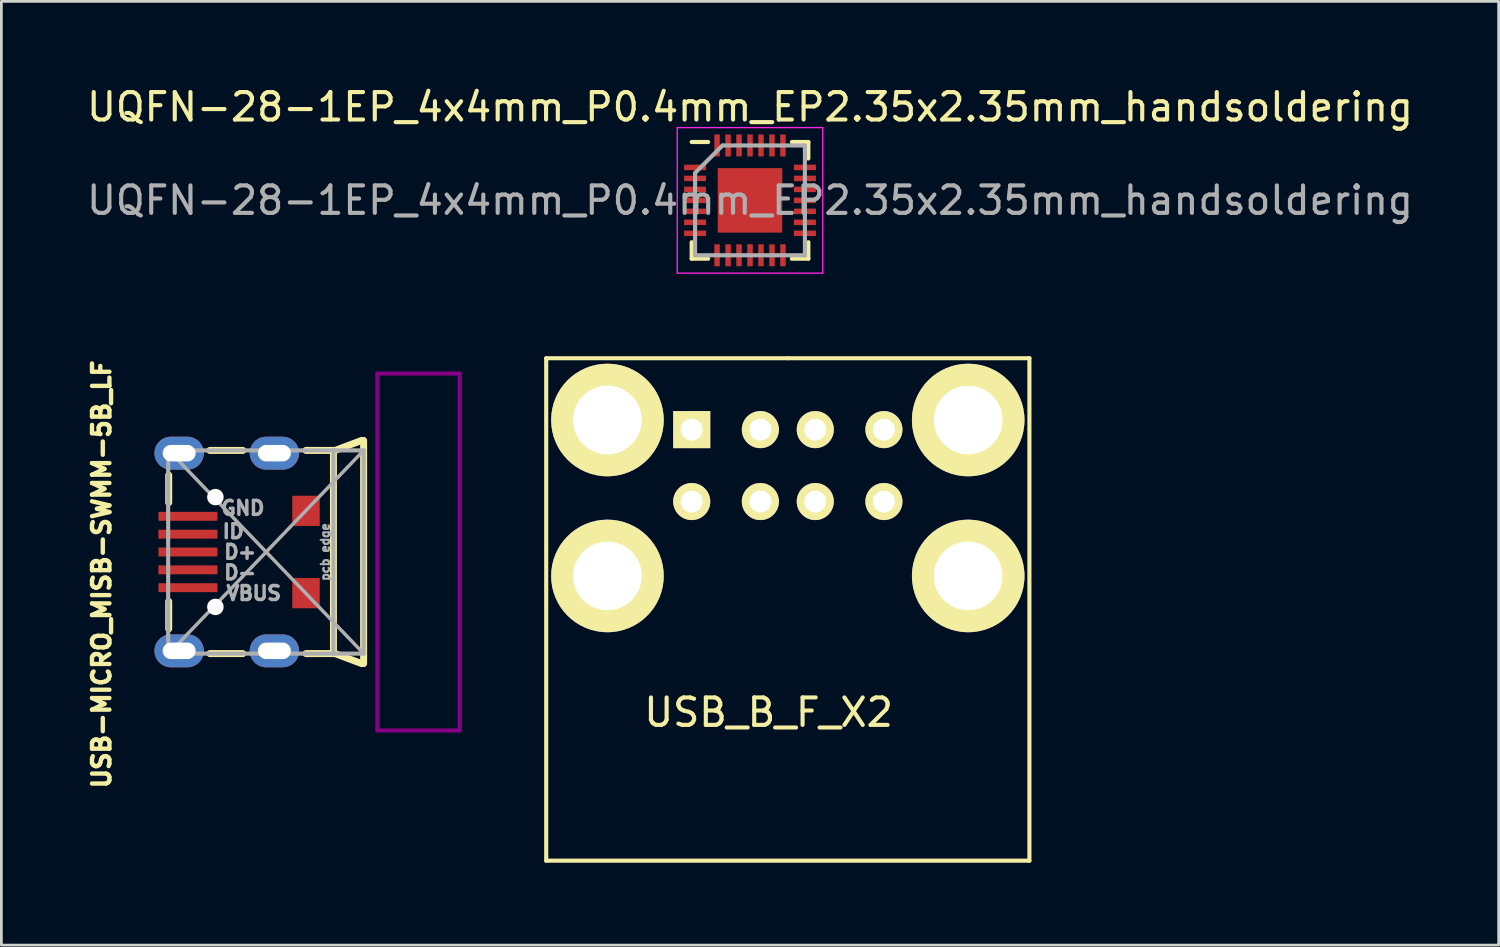
<source format=kicad_pcb>
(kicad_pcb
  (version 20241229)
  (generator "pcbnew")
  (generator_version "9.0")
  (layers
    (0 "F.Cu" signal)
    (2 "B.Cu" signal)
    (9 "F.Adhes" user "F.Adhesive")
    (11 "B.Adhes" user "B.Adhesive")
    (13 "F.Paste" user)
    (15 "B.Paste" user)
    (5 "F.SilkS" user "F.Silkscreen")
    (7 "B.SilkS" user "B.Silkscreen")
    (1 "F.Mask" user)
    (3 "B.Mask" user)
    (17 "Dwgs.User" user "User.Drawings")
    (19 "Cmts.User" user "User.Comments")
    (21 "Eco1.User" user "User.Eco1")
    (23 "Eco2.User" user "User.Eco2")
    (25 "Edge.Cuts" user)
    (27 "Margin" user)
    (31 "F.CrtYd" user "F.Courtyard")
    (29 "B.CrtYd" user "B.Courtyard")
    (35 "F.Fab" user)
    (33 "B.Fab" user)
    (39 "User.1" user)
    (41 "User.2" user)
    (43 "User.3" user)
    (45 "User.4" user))
  (footprint "USB-MICRO_MISB-SWMM-5B_LF"
    (layer "F.Cu")
    (at 6.695 17.056)
    (property "Reference" "USB-MICRO_MISB-SWMM-5B_LF" (at -6.045 0.813 270) (layer "F.SilkS") (effects (font (size 0.635 0.635) (thickness 0.159))))
    (attr smd)
    (fp_line (start -3.6 -2.8) (end -3.6 -1.8) (stroke (width 0.254) (type solid)) (layer "F.SilkS"))
    (fp_line (start -3.6 1.8) (end -3.6 2.8) (stroke (width 0.254) (type solid)) (layer "F.SilkS"))
    (fp_line (start -2.1 -3.7) (end -0.9 -3.7) (stroke (width 0.254) (type solid)) (layer "F.SilkS"))
    (fp_line (start -2.1 3.7) (end -0.9 3.7) (stroke (width 0.254) (type solid)) (layer "F.SilkS"))
    (fp_line (start 1.4 -3.7) (end 2.4 -3.7) (stroke (width 0.254) (type solid)) (layer "F.SilkS"))
    (fp_line (start 2.4 -3.7) (end 2.4 3.7) (stroke (width 0.254) (type solid)) (layer "F.SilkS"))
    (fp_line (start 2.4 3.7) (end 1.4 3.7) (stroke (width 0.254) (type solid)) (layer "F.SilkS"))
    (fp_line (start 3.429 -4.064) (end 2.413 -3.683) (stroke (width 0.254) (type solid)) (layer "F.SilkS"))
    (fp_line (start 3.429 4.064) (end 2.413 3.683) (stroke (width 0.254) (type solid)) (layer "F.SilkS"))
    (fp_line (start 3.5 -4.064) (end 3.5 4.064) (stroke (width 0.254) (type solid)) (layer "F.SilkS"))
    (fp_line (start 4 -6.5) (end 7 -6.5) (stroke (width 0.15) (type solid)) (layer "F.Adhes"))
    (fp_line (start 4 6.5) (end 4 -6.5) (stroke (width 0.15) (type solid)) (layer "F.Adhes"))
    (fp_line (start 7 -6.5) (end 7 6.5) (stroke (width 0.15) (type solid)) (layer "F.Adhes"))
    (fp_line (start 7 6.5) (end 4 6.5) (stroke (width 0.15) (type solid)) (layer "F.Adhes"))
    (fp_line (start -3.62 -3.7) (end 3.5 -3.7) (stroke (width 0.15) (type solid)) (layer "F.Fab"))
    (fp_line (start -3.62 3.7) (end -3.62 -3.7) (stroke (width 0.15) (type solid)) (layer "F.Fab"))
    (fp_line (start 2.4 3.7) (end 2.4 -3.7) (stroke (width 0.15) (type solid)) (layer "F.Fab"))
    (fp_line (start 3.5 -3.7) (end -3.6 3.7) (stroke (width 0.127) (type solid)) (layer "F.Fab"))
    (fp_line (start 3.5 -3.7) (end 3.5 3.7) (stroke (width 0.15) (type solid)) (layer "F.Fab"))
    (fp_line (start 3.5 3.7) (end -3.62 3.7) (stroke (width 0.15) (type solid)) (layer "F.Fab"))
    (fp_line (start 3.5 3.7) (end -3.6 -3.7) (stroke (width 0.127) (type solid)) (layer "F.Fab"))
    (fp_text user "VBUS" (at -0.5 1.5 0) (layer "F.Fab") (effects (font (size 0.508 0.508) (thickness 0.127))))
    (fp_text user "pcb edge" (at 2.1 0 90) (layer "F.Fab") (effects (font (size 0.3 0.3) (thickness 0.075))))
    (fp_text user "GND" (at -0.9 -1.6 0) (layer "F.Fab") (effects (font (size 0.508 0.508) (thickness 0.127))))
    (fp_text user "D+" (at -1 0 0) (layer "F.Fab") (effects (font (size 0.508 0.508) (thickness 0.127))))
    (fp_text user "ID" (at -1.25 -0.75 0) (layer "F.Fab") (effects (font (size 0.508 0.508) (thickness 0.127))))
    (fp_text user "D-" (at -1 0.75 0) (layer "F.Fab") (effects (font (size 0.508 0.508) (thickness 0.127))))
    (pad "" np_thru_hole circle (at -1.9 -2 90) (size 0.6 0.6) (drill 0.6) (layers "*.Cu" "*.Mask"))
    (pad "" np_thru_hole circle (at -1.9 2 90) (size 0.6 0.6) (drill 0.6) (layers "*.Cu" "*.Mask"))
    (pad "0" thru_hole oval (at -3.22 -3.6 90) (size 1.2 1.8) (drill oval 0.6 1.2) (layers "*.Cu" "*.Mask"))
    (pad "0" thru_hole oval (at -3.22 3.6 90) (size 1.2 1.8) (drill oval 0.6 1.2) (layers "*.Cu" "*.Mask"))
    (pad "0" thru_hole oval (at 0.25 -3.6 90) (size 1.2 1.8) (drill oval 0.6 1.2) (layers "*.Cu" "*.Mask"))
    (pad "0" thru_hole oval (at 0.25 3.6 90) (size 1.2 1.8) (drill oval 0.6 1.2) (layers "*.Cu" "*.Mask"))
    (pad "0" smd rect (at 1.4 -1.5 90) (size 1.1 1) (layers "F.Cu" "F.Mask" "F.Paste"))
    (pad "0" smd rect (at 1.4 1.5 90) (size 1.1 1) (layers "F.Cu" "F.Mask" "F.Paste"))
    (pad "1" smd rect (at -2.9 1.3 90) (size 0.325 2.15) (layers "F.Cu" "F.Mask" "F.Paste"))
    (pad "2" smd rect (at -2.9 0.65 90) (size 0.325 2.15) (layers "F.Cu" "F.Mask" "F.Paste"))
    (pad "3" smd rect (at -2.9 0 90) (size 0.325 2.15) (layers "F.Cu" "F.Mask" "F.Paste"))
    (pad "4" smd rect (at -2.9 -0.65 90) (size 0.325 2.15) (layers "F.Cu" "F.Mask" "F.Paste"))
    (pad "5" smd rect (at -2.9 -1.3 90) (size 0.325 2.15) (layers "F.Cu" "F.Mask" "F.Paste")))
  (footprint "USB_B_F_X2"
    (layer "F.Cu")
    (at 25.645 12.598)
    (property "Reference" "USB_B_F_X2" (at -0.7 10.3 0) (layer "F.SilkS") (effects (font (size 1 1) (thickness 0.15))))
    (attr through_hole)
    (fp_line (start -8.8 -2.6) (end 0 -2.6) (stroke (width 0.15) (type solid)) (layer "F.SilkS"))
    (fp_line (start -8.8 15.7) (end -8.8 -2.6) (stroke (width 0.15) (type solid)) (layer "F.SilkS"))
    (fp_line (start 0 -2.6) (end 8.8 -2.6) (stroke (width 0.15) (type solid)) (layer "F.SilkS"))
    (fp_line (start 8.8 -2.6) (end 8.8 15.7) (stroke (width 0.15) (type solid)) (layer "F.SilkS"))
    (fp_line (start 8.8 15.7) (end -8.8 15.7) (stroke (width 0.15) (type solid)) (layer "F.SilkS"))
    (pad "1" thru_hole rect (at -3.5 0) (size 1.35 1.35) (drill 0.8) (layers "*.Cu" "*.Mask" "F.SilkS"))
    (pad "2" thru_hole circle (at -1 0) (size 1.35 1.35) (drill 0.8) (layers "*.Cu" "*.Mask" "F.SilkS"))
    (pad "3" thru_hole circle (at 1 0) (size 1.35 1.35) (drill 0.8) (layers "*.Cu" "*.Mask" "F.SilkS"))
    (pad "4" thru_hole circle (at 3.5 0) (size 1.35 1.35) (drill 0.8) (layers "*.Cu" "*.Mask" "F.SilkS"))
    (pad "5" thru_hole circle (at -3.5 2.62) (size 1.35 1.35) (drill 0.8) (layers "*.Cu" "*.Mask" "F.SilkS"))
    (pad "6" thru_hole circle (at -1 2.62) (size 1.35 1.35) (drill 0.8) (layers "*.Cu" "*.Mask" "F.SilkS"))
    (pad "7" thru_hole circle (at 1 2.62) (size 1.35 1.35) (drill 0.8) (layers "*.Cu" "*.Mask" "F.SilkS"))
    (pad "8" thru_hole circle (at 3.5 2.62) (size 1.35 1.35) (drill 0.8) (layers "*.Cu" "*.Mask" "F.SilkS"))
    (pad "9" thru_hole circle (at -6.57 -0.35) (size 4.1 4.1) (drill 2.5) (layers "*.Cu" "*.Mask" "F.SilkS"))
    (pad "10" thru_hole circle (at 6.57 -0.35) (size 4.1 4.1) (drill 2.5) (layers "*.Cu" "*.Mask" "F.SilkS"))
    (pad "11" thru_hole circle (at -6.57 5.33) (size 4.1 4.1) (drill 2.5) (layers "*.Cu" "*.Mask" "F.SilkS"))
    (pad "12" thru_hole circle (at 6.57 5.33) (size 4.1 4.1) (drill 2.5) (layers "*.Cu" "*.Mask" "F.SilkS")))
  (footprint "UQFN-28-1EP_4x4mm_P0.4mm_EP2.35x2.35mm_handsoldering"
    (layer "F.Cu")
    (at 24.268 4.248)
    (property "Reference" "UQFN-28-1EP_4x4mm_P0.4mm_EP2.35x2.35mm_handsoldering" (at 0 -3.4 0) (layer "F.SilkS") (effects (font (size 1 1) (thickness 0.15))))
    (attr smd)
    (fp_line (start -2.125 -2.125) (end -1.525 -2.125) (stroke (width 0.15) (type solid)) (layer "F.SilkS"))
    (fp_line (start -2.125 2.125) (end -2.125 1.525) (stroke (width 0.15) (type solid)) (layer "F.SilkS"))
    (fp_line (start -2.125 2.125) (end -1.525 2.125) (stroke (width 0.15) (type solid)) (layer "F.SilkS"))
    (fp_line (start 2.125 -2.125) (end 1.525 -2.125) (stroke (width 0.15) (type solid)) (layer "F.SilkS"))
    (fp_line (start 2.125 -2.125) (end 2.125 -1.525) (stroke (width 0.15) (type solid)) (layer "F.SilkS"))
    (fp_line (start 2.125 2.125) (end 1.525 2.125) (stroke (width 0.15) (type solid)) (layer "F.SilkS"))
    (fp_line (start 2.125 2.125) (end 2.125 1.525) (stroke (width 0.15) (type solid)) (layer "F.SilkS"))
    (fp_line (start -2.65 -2.65) (end -2.65 2.65) (stroke (width 0.05) (type solid)) (layer "F.CrtYd"))
    (fp_line (start -2.65 -2.65) (end 2.65 -2.65) (stroke (width 0.05) (type solid)) (layer "F.CrtYd"))
    (fp_line (start -2.65 2.65) (end 2.65 2.65) (stroke (width 0.05) (type solid)) (layer "F.CrtYd"))
    (fp_line (start 2.65 -2.65) (end 2.65 2.65) (stroke (width 0.05) (type solid)) (layer "F.CrtYd"))
    (fp_line (start -2 -1) (end -1 -2) (stroke (width 0.15) (type solid)) (layer "F.Fab"))
    (fp_line (start -2 2) (end -2 -1) (stroke (width 0.15) (type solid)) (layer "F.Fab"))
    (fp_line (start -1 -2) (end 2 -2) (stroke (width 0.15) (type solid)) (layer "F.Fab"))
    (fp_line (start 2 -2) (end 2 2) (stroke (width 0.15) (type solid)) (layer "F.Fab"))
    (fp_line (start 2 2) (end -2 2) (stroke (width 0.15) (type solid)) (layer "F.Fab"))
    (fp_text user "${REFERENCE}" (at 0 0 0) (layer "F.Fab") (effects (font (size 1 1) (thickness 0.15))))
    (pad "" smd rect (at -0.588 -0.588) (size 0.95 0.95) (layers "F.Paste"))
    (pad "" smd rect (at -0.588 0.588) (size 0.95 0.95) (layers "F.Paste"))
    (pad "" smd rect (at 0.588 -0.588) (size 0.95 0.95) (layers "F.Paste"))
    (pad "" smd rect (at 0.588 0.588) (size 0.95 0.95) (layers "F.Paste"))
    (pad "1" smd rect (at -2 -1.2) (size 0.8 0.2) (layers "F.Cu" "F.Mask" "F.Paste"))
    (pad "2" smd rect (at -2 -0.8) (size 0.8 0.2) (layers "F.Cu" "F.Mask" "F.Paste"))
    (pad "3" smd rect (at -2 -0.4) (size 0.8 0.2) (layers "F.Cu" "F.Mask" "F.Paste"))
    (pad "4" smd rect (at -2 0) (size 0.8 0.2) (layers "F.Cu" "F.Mask" "F.Paste"))
    (pad "5" smd rect (at -2 0.4) (size 0.8 0.2) (layers "F.Cu" "F.Mask" "F.Paste"))
    (pad "6" smd rect (at -2 0.8) (size 0.8 0.2) (layers "F.Cu" "F.Mask" "F.Paste"))
    (pad "7" smd rect (at -2 1.2) (size 0.8 0.2) (layers "F.Cu" "F.Mask" "F.Paste"))
    (pad "8" smd rect (at -1.2 2 90) (size 0.8 0.2) (layers "F.Cu" "F.Mask" "F.Paste"))
    (pad "9" smd rect (at -0.8 2 90) (size 0.8 0.2) (layers "F.Cu" "F.Mask" "F.Paste"))
    (pad "10" smd rect (at -0.4 2 90) (size 0.8 0.2) (layers "F.Cu" "F.Mask" "F.Paste"))
    (pad "11" smd rect (at 0 2 90) (size 0.8 0.2) (layers "F.Cu" "F.Mask" "F.Paste"))
    (pad "12" smd rect (at 0.4 2 90) (size 0.8 0.2) (layers "F.Cu" "F.Mask" "F.Paste"))
    (pad "13" smd rect (at 0.8 2 90) (size 0.8 0.2) (layers "F.Cu" "F.Mask" "F.Paste"))
    (pad "14" smd rect (at 1.2 2 90) (size 0.8 0.2) (layers "F.Cu" "F.Mask" "F.Paste"))
    (pad "15" smd rect (at 2 1.2) (size 0.8 0.2) (layers "F.Cu" "F.Mask" "F.Paste"))
    (pad "16" smd rect (at 2 0.8) (size 0.8 0.2) (layers "F.Cu" "F.Mask" "F.Paste"))
    (pad "17" smd rect (at 2 0.4) (size 0.8 0.2) (layers "F.Cu" "F.Mask" "F.Paste"))
    (pad "18" smd rect (at 2 0) (size 0.8 0.2) (layers "F.Cu" "F.Mask" "F.Paste"))
    (pad "19" smd rect (at 2 -0.4) (size 0.8 0.2) (layers "F.Cu" "F.Mask" "F.Paste"))
    (pad "20" smd rect (at 2 -0.8) (size 0.8 0.2) (layers "F.Cu" "F.Mask" "F.Paste"))
    (pad "21" smd rect (at 2 -1.2) (size 0.8 0.2) (layers "F.Cu" "F.Mask" "F.Paste"))
    (pad "22" smd rect (at 1.2 -2 90) (size 0.8 0.2) (layers "F.Cu" "F.Mask" "F.Paste"))
    (pad "23" smd rect (at 0.8 -2 90) (size 0.8 0.2) (layers "F.Cu" "F.Mask" "F.Paste"))
    (pad "24" smd rect (at 0.4 -2 90) (size 0.8 0.2) (layers "F.Cu" "F.Mask" "F.Paste"))
    (pad "25" smd rect (at 0 -2 90) (size 0.8 0.2) (layers "F.Cu" "F.Mask" "F.Paste"))
    (pad "26" smd rect (at -0.4 -2 90) (size 0.8 0.2) (layers "F.Cu" "F.Mask" "F.Paste"))
    (pad "27" smd rect (at -0.8 -2 90) (size 0.8 0.2) (layers "F.Cu" "F.Mask" "F.Paste"))
    (pad "28" smd rect (at -1.2 -2 90) (size 0.8 0.2) (layers "F.Cu" "F.Mask" "F.Paste"))
    (pad "29" smd rect (at 0 0) (size 2.35 2.35) (layers "F.Cu" "F.Mask" "F.Paste")))
  (gr_rect
    (start -3 -3)
    (end 51.536 31.373)
    (stroke (width 0.1) (type default))
    (fill no)
    (layer "Edge.Cuts")))
</source>
